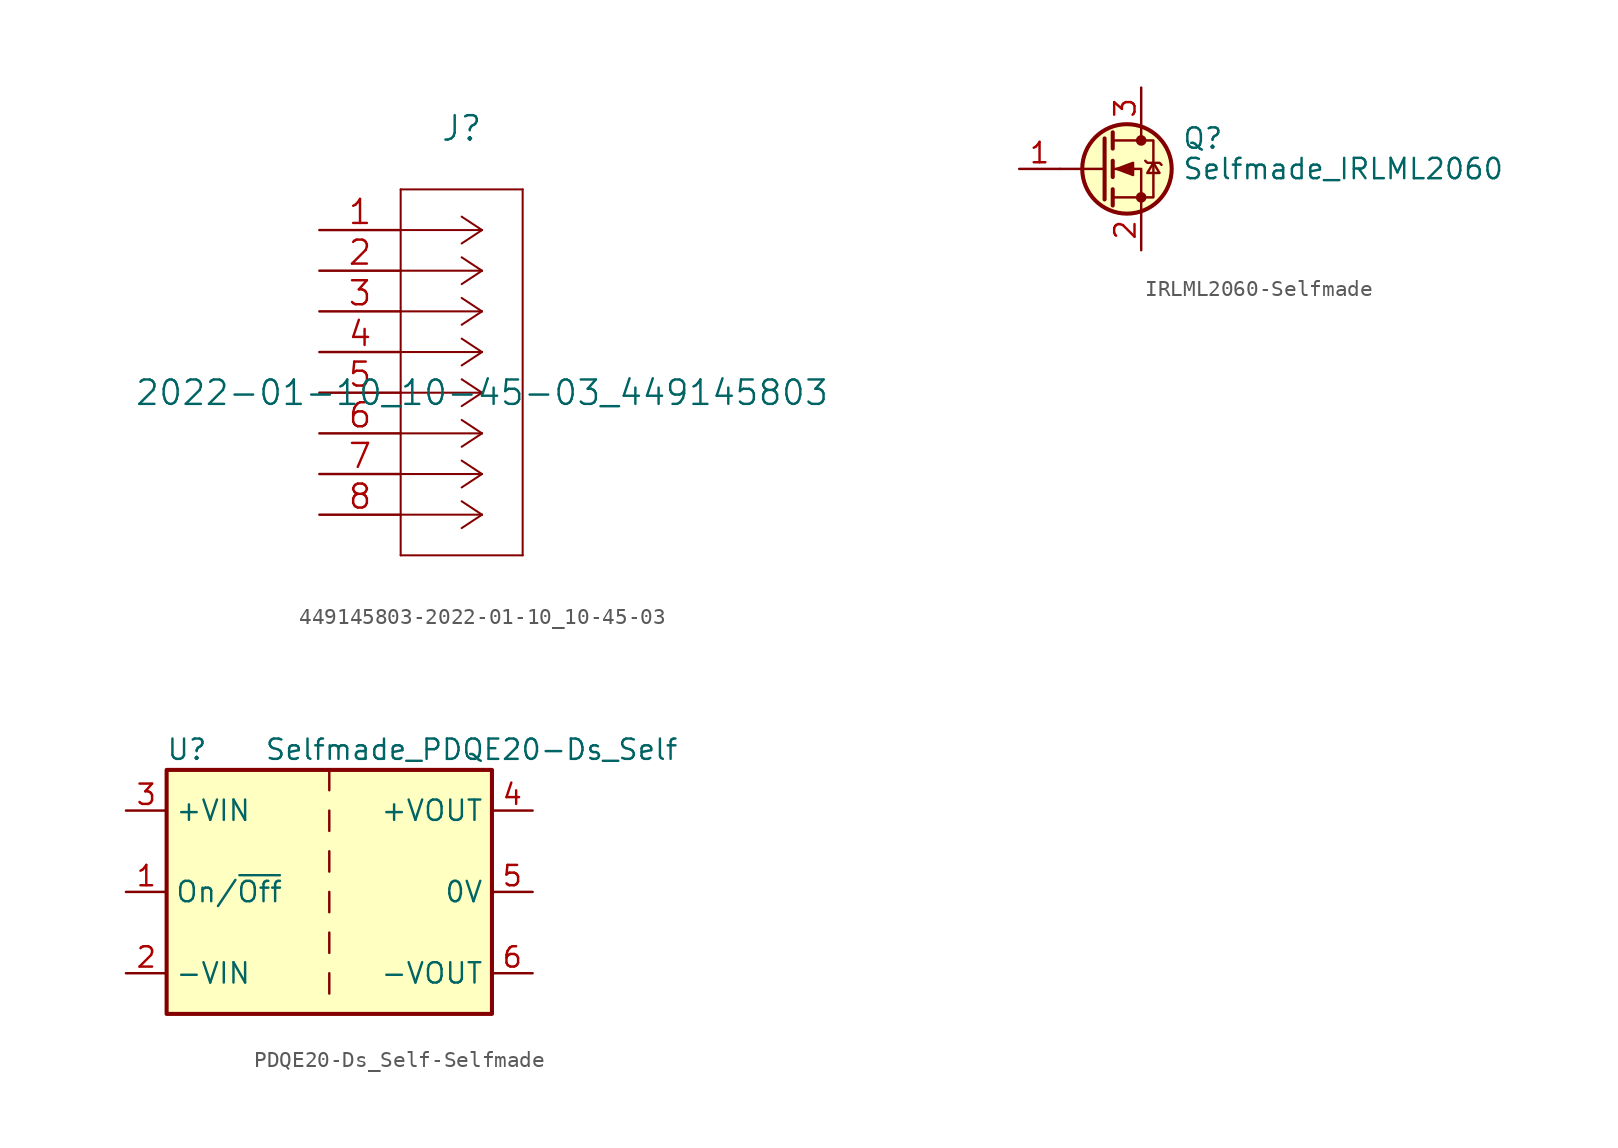
<source format=kicad_sym>
(kicad_symbol_lib
  (version 20220914)
  (generator kicad_symbol_editor)
  (symbol "449145803-2022-01-10_10-45-03"
    (pin_names
      (offset 0.254) hide)
    (property "Reference" "J"
      (at 8.89 6.35 0)
      (effects (font (size 1.524 1.524))))
    (property "Value" "2022-01-10_10-45-03_449145803"
      (at 10.16 -10.16 0)
      (effects (font (size 1.524 1.524))))
    (property "Datasheet" ""
      (at 0 0 0)
      (effects (font (size 1.524 1.524))))
    (property "ki_locked" ""
      (at 0 0 0)
      (effects (font (size 1.27 1.27))))
    (symbol "449145803-2022-01-10_10-45-03_1_1"
      (polyline (pts (xy 5.08 -20.32) (xy 12.7 -20.32)) (stroke (width 0.127) (type solid)) (fill (type none)))
      (polyline (pts (xy 5.08 2.54) (xy 5.08 -20.32)) (stroke (width 0.127) (type solid)) (fill (type none)))
      (polyline (pts (xy 10.16 -17.78) (xy 5.08 -17.78)) (stroke (width 0.127) (type solid)) (fill (type none)))
      (polyline (pts (xy 10.16 -17.78) (xy 8.89 -18.618)) (stroke (width 0.127) (type solid)) (fill (type none)))
      (polyline (pts (xy 10.16 -17.78) (xy 8.89 -16.942)) (stroke (width 0.127) (type solid)) (fill (type none)))
      (polyline (pts (xy 10.16 -15.24) (xy 5.08 -15.24)) (stroke (width 0.127) (type solid)) (fill (type none)))
      (polyline (pts (xy 10.16 -15.24) (xy 8.89 -16.078)) (stroke (width 0.127) (type solid)) (fill (type none)))
      (polyline (pts (xy 10.16 -15.24) (xy 8.89 -14.402)) (stroke (width 0.127) (type solid)) (fill (type none)))
      (polyline (pts (xy 10.16 -12.7) (xy 5.08 -12.7)) (stroke (width 0.127) (type solid)) (fill (type none)))
      (polyline (pts (xy 10.16 -12.7) (xy 8.89 -13.538)) (stroke (width 0.127) (type solid)) (fill (type none)))
      (polyline (pts (xy 10.16 -12.7) (xy 8.89 -11.862)) (stroke (width 0.127) (type solid)) (fill (type none)))
      (polyline (pts (xy 10.16 -10.16) (xy 5.08 -10.16)) (stroke (width 0.127) (type solid)) (fill (type none)))
      (polyline (pts (xy 10.16 -10.16) (xy 8.89 -10.998)) (stroke (width 0.127) (type solid)) (fill (type none)))
      (polyline (pts (xy 10.16 -10.16) (xy 8.89 -9.322)) (stroke (width 0.127) (type solid)) (fill (type none)))
      (polyline (pts (xy 10.16 -7.62) (xy 5.08 -7.62)) (stroke (width 0.127) (type solid)) (fill (type none)))
      (polyline (pts (xy 10.16 -7.62) (xy 8.89 -8.458)) (stroke (width 0.127) (type solid)) (fill (type none)))
      (polyline (pts (xy 10.16 -7.62) (xy 8.89 -6.782)) (stroke (width 0.127) (type solid)) (fill (type none)))
      (polyline (pts (xy 10.16 -5.08) (xy 5.08 -5.08)) (stroke (width 0.127) (type solid)) (fill (type none)))
      (polyline (pts (xy 10.16 -5.08) (xy 8.89 -5.918)) (stroke (width 0.127) (type solid)) (fill (type none)))
      (polyline (pts (xy 10.16 -5.08) (xy 8.89 -4.242)) (stroke (width 0.127) (type solid)) (fill (type none)))
      (polyline (pts (xy 10.16 -2.54) (xy 5.08 -2.54)) (stroke (width 0.127) (type solid)) (fill (type none)))
      (polyline (pts (xy 10.16 -2.54) (xy 8.89 -3.378)) (stroke (width 0.127) (type solid)) (fill (type none)))
      (polyline (pts (xy 10.16 -2.54) (xy 8.89 -1.702)) (stroke (width 0.127) (type solid)) (fill (type none)))
      (polyline (pts (xy 10.16 0) (xy 5.08 0)) (stroke (width 0.127) (type solid)) (fill (type none)))
      (polyline (pts (xy 10.16 0) (xy 8.89 -0.838)) (stroke (width 0.127) (type solid)) (fill (type none)))
      (polyline (pts (xy 10.16 0) (xy 8.89 0.838)) (stroke (width 0.127) (type solid)) (fill (type none)))
      (polyline (pts (xy 12.7 -20.32) (xy 12.7 2.54)) (stroke (width 0.127) (type solid)) (fill (type none)))
      (polyline (pts (xy 12.7 2.54) (xy 5.08 2.54)) (stroke (width 0.127) (type solid)) (fill (type none)))
      (pin unspecified line (at 0 0 0) (length 5.08) (name "1" (effects (font (size 1.499 1.499)))) (number "1" (effects (font (size 1.499 1.499)))))
      (pin unspecified line (at 0 -2.54 0) (length 5.08) (name "2" (effects (font (size 1.499 1.499)))) (number "2" (effects (font (size 1.499 1.499)))))
      (pin unspecified line (at 0 -5.08 0) (length 5.08) (name "3" (effects (font (size 1.499 1.499)))) (number "3" (effects (font (size 1.499 1.499)))))
      (pin unspecified line (at 0 -7.62 0) (length 5.08) (name "4" (effects (font (size 1.499 1.499)))) (number "4" (effects (font (size 1.499 1.499)))))
      (pin unspecified line (at 0 -10.16 0) (length 5.08) (name "5" (effects (font (size 1.499 1.499)))) (number "5" (effects (font (size 1.499 1.499)))))
      (pin unspecified line (at 0 -12.7 0) (length 5.08) (name "6" (effects (font (size 1.499 1.499)))) (number "6" (effects (font (size 1.499 1.499)))))
      (pin unspecified line (at 0 -15.24 0) (length 5.08) (name "7" (effects (font (size 1.499 1.499)))) (number "7" (effects (font (size 1.499 1.499)))))
      (pin unspecified line (at 0 -17.78 0) (length 5.08) (name "8" (effects (font (size 1.499 1.499)))) (number "8" (effects (font (size 1.499 1.499)))))))
  (symbol "IRLML2060-Selfmade"
    (pin_names hide)
    (property "Reference" "Q"
      (at 5.08 1.905 0)
      (effects (font (size 1.27 1.27)) (justify left)))
    (property "Value" "Selfmade_IRLML2060"
      (at 5.08 0 0)
      (effects (font (size 1.27 1.27)) (justify left)))
    (symbol "IRLML2060-Selfmade_0_1"
      (polyline (pts (xy 0.254 0) (xy -2.54 0)) (stroke (width 0) (type solid)) (fill (type none)))
      (polyline (pts (xy 0.254 1.905) (xy 0.254 -1.905)) (stroke (width 0.254) (type solid)) (fill (type none)))
      (polyline (pts (xy 0.762 -1.27) (xy 0.762 -2.286)) (stroke (width 0.254) (type solid)) (fill (type none)))
      (polyline (pts (xy 0.762 0.508) (xy 0.762 -0.508)) (stroke (width 0.254) (type solid)) (fill (type none)))
      (polyline (pts (xy 0.762 2.286) (xy 0.762 1.27)) (stroke (width 0.254) (type solid)) (fill (type none)))
      (polyline (pts (xy 2.54 2.54) (xy 2.54 1.778)) (stroke (width 0) (type solid)) (fill (type none)))
      (polyline (pts (xy 2.54 -2.54) (xy 2.54 0) (xy 0.762 0)) (stroke (width 0) (type solid)) (fill (type none)))
      (polyline (pts (xy 0.762 -1.778) (xy 3.302 -1.778) (xy 3.302 1.778) (xy 0.762 1.778)) (stroke (width 0) (type solid)) (fill (type none)))
      (polyline (pts (xy 1.016 0) (xy 2.032 0.381) (xy 2.032 -0.381) (xy 1.016 0)) (stroke (width 0) (type solid)) (fill (type outline)))
      (polyline (pts (xy 2.794 0.508) (xy 2.921 0.381) (xy 3.683 0.381) (xy 3.81 0.254)) (stroke (width 0) (type solid)) (fill (type none)))
      (polyline (pts (xy 3.302 0.381) (xy 2.921 -0.254) (xy 3.683 -0.254) (xy 3.302 0.381)) (stroke (width 0) (type solid)) (fill (type none)))
      (circle (center 1.651 0) (radius 2.794) (stroke (width 0.254) (type solid)) (fill (type background)))
      (circle (center 2.54 -1.778) (radius 0.254) (stroke (width 0) (type solid)) (fill (type outline)))
      (circle (center 2.54 1.778) (radius 0.254) (stroke (width 0) (type solid)) (fill (type outline))))
    (symbol "IRLML2060-Selfmade_1_1"
      (pin input line (at -5.08 0 0) (length 2.54) (name "G" (effects (font (size 1.27 1.27)))) (number "1" (effects (font (size 1.27 1.27)))))
      (pin passive line (at 2.54 -5.08 90) (length 2.54) (name "S" (effects (font (size 1.27 1.27)))) (number "2" (effects (font (size 1.27 1.27)))))
      (pin passive line (at 2.54 5.08 270) (length 2.54) (name "D" (effects (font (size 1.27 1.27)))) (number "3" (effects (font (size 1.27 1.27)))))))
  (symbol "PDQE20-Ds_Self-Selfmade"
    (property "Reference" "U"
      (at -8.89 8.89 0)
      (effects (font (size 1.27 1.27))))
    (property "Value" "Selfmade_PDQE20-Ds_Self"
      (at 8.89 8.89 0)
      (effects (font (size 1.27 1.27))))
    (symbol "PDQE20-Ds_Self-Selfmade_0_1"
      (rectangle (start -10.16 7.62) (end 10.16 -7.62) (stroke (width 0.254) (type solid)) (fill (type background)))
      (polyline (pts (xy 0 -5.08) (xy 0 -6.35)) (stroke (width 0) (type solid)) (fill (type none)))
      (polyline (pts (xy 0 -2.54) (xy 0 -3.81)) (stroke (width 0) (type solid)) (fill (type none)))
      (polyline (pts (xy 0 0) (xy 0 -1.27)) (stroke (width 0) (type solid)) (fill (type none)))
      (polyline (pts (xy 0 2.54) (xy 0 1.27)) (stroke (width 0) (type solid)) (fill (type none)))
      (polyline (pts (xy 0 5.08) (xy 0 3.81)) (stroke (width 0) (type solid)) (fill (type none)))
      (polyline (pts (xy 0 7.62) (xy 0 6.35)) (stroke (width 0) (type solid)) (fill (type none))))
    (symbol "PDQE20-Ds_Self-Selfmade_1_1"
      (pin input line (at -12.7 0 0) (length 2.54) (name "On/~{Off}" (effects (font (size 1.27 1.27)))) (number "1" (effects (font (size 1.27 1.27)))))
      (pin power_in line (at -12.7 -5.08 0) (length 2.54) (name "-VIN" (effects (font (size 1.27 1.27)))) (number "2" (effects (font (size 1.27 1.27)))))
      (pin power_in line (at -12.7 5.08 0) (length 2.54) (name "+VIN" (effects (font (size 1.27 1.27)))) (number "3" (effects (font (size 1.27 1.27)))))
      (pin power_out line (at 12.7 5.08 180) (length 2.54) (name "+VOUT" (effects (font (size 1.27 1.27)))) (number "4" (effects (font (size 1.27 1.27)))))
      (pin power_out line (at 12.7 0 180) (length 2.54) (name "0V" (effects (font (size 1.27 1.27)))) (number "5" (effects (font (size 1.27 1.27)))))
      (pin power_out line (at 12.7 -5.08 180) (length 2.54) (name "-VOUT" (effects (font (size 1.27 1.27)))) (number "6" (effects (font (size 1.27 1.27))))))))
</source>
